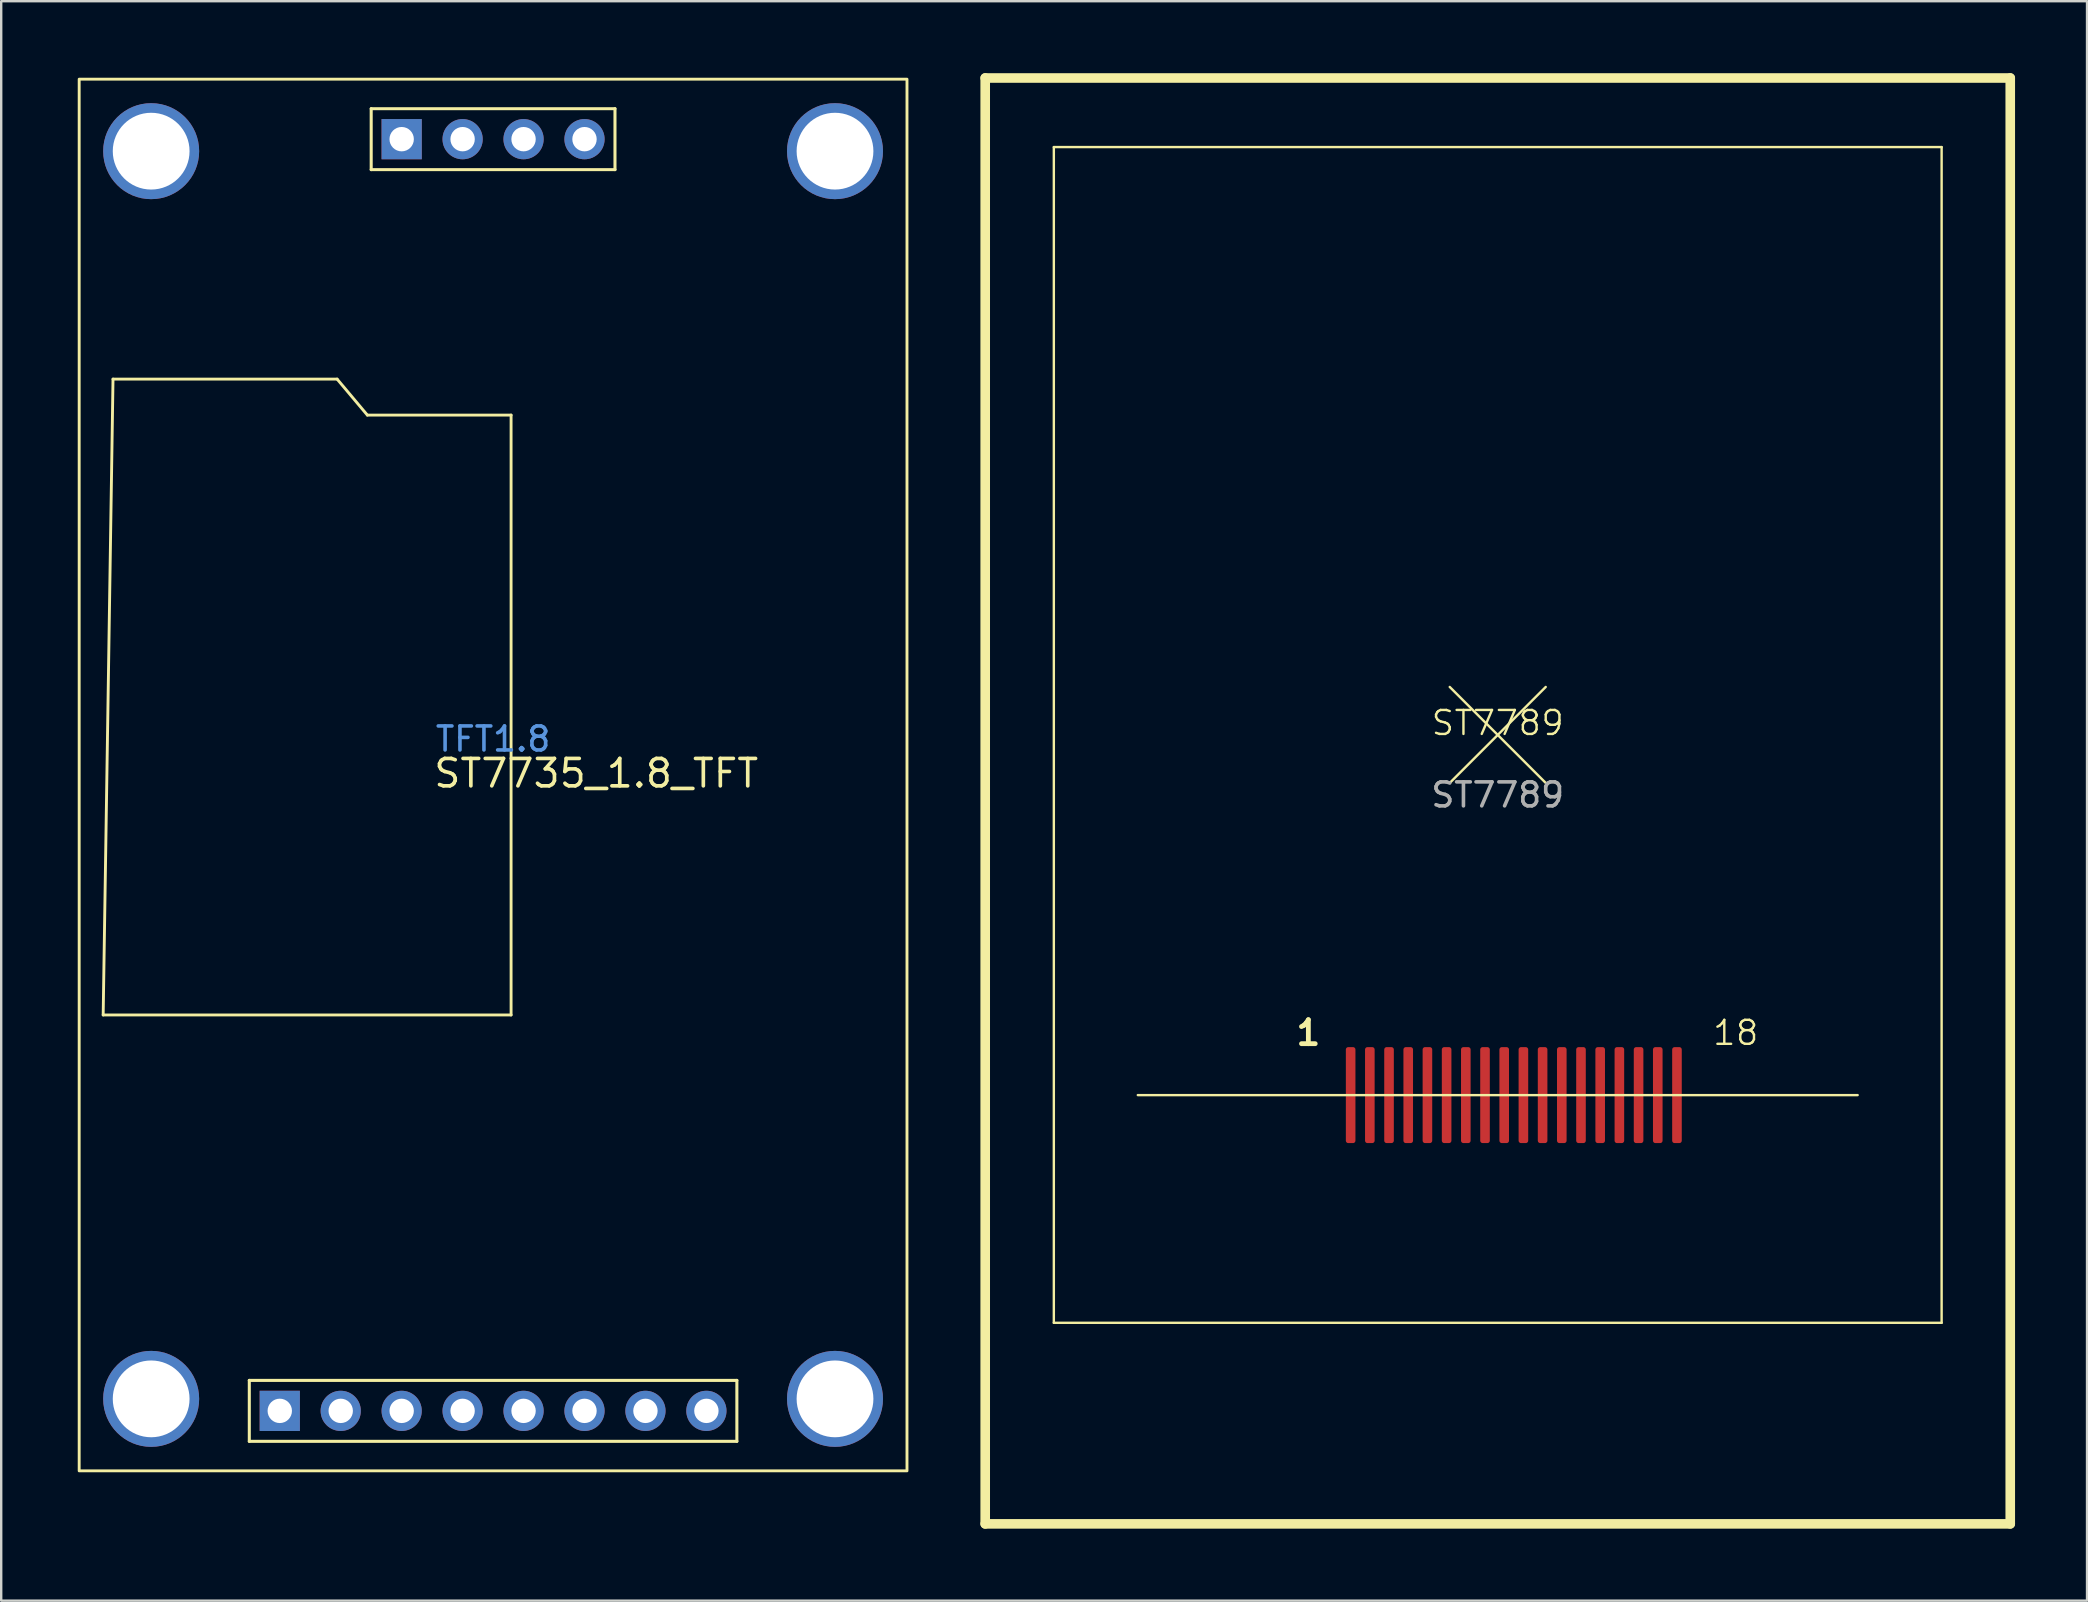
<source format=kicad_pcb>
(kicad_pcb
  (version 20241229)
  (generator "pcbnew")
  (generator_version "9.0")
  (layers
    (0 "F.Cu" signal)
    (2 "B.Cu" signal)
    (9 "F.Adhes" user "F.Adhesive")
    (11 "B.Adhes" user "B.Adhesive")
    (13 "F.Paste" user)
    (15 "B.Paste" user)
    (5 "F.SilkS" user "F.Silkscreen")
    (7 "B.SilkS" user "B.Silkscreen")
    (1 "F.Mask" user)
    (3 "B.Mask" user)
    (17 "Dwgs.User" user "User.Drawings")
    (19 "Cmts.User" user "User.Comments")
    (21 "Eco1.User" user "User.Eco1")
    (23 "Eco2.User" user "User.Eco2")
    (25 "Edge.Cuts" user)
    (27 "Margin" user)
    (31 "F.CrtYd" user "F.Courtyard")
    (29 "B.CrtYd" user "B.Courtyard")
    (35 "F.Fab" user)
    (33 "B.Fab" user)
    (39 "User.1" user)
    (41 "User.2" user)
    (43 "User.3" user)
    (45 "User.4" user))
  (footprint "ST7735_1.8_TFT"
    (layer "F.Cu")
    (at 0.25 0.25)
    (property "Reference" "ST7735_1.8_TFT" (at 14.7 28.93 0) (layer "F.SilkS") (effects (font (size 1.143 1.143) (thickness 0.152)) (justify left)))
    (attr through_hole)
    (fp_line (start 1 39) (end 1.41 12.5) (stroke (width 0.12) (type solid)) (layer "F.SilkS"))
    (fp_line (start 1 39) (end 18 39) (stroke (width 0.12) (type solid)) (layer "F.SilkS"))
    (fp_line (start 1.41 12.5) (end 10.75 12.5) (stroke (width 0.12) (type solid)) (layer "F.SilkS"))
    (fp_line (start 7.09 54.23) (end 7.09 56.77) (stroke (width 0.127) (type solid)) (layer "F.SilkS"))
    (fp_line (start 7.09 56.77) (end 27.41 56.77) (stroke (width 0.127) (type solid)) (layer "F.SilkS"))
    (fp_line (start 10.75 12.5) (end 12.01 14) (stroke (width 0.12) (type solid)) (layer "F.SilkS"))
    (fp_line (start 12.01 14) (end 18 14) (stroke (width 0.12) (type solid)) (layer "F.SilkS"))
    (fp_line (start 12.17 1.23) (end 22.33 1.23) (stroke (width 0.127) (type solid)) (layer "F.SilkS"))
    (fp_line (start 12.17 3.77) (end 12.17 1.23) (stroke (width 0.127) (type solid)) (layer "F.SilkS"))
    (fp_line (start 18 14) (end 18 39) (stroke (width 0.12) (type solid)) (layer "F.SilkS"))
    (fp_line (start 22.33 1.23) (end 22.33 3.77) (stroke (width 0.127) (type solid)) (layer "F.SilkS"))
    (fp_line (start 22.33 3.77) (end 12.17 3.77) (stroke (width 0.127) (type solid)) (layer "F.SilkS"))
    (fp_line (start 27.41 54.23) (end 7.09 54.23) (stroke (width 0.127) (type solid)) (layer "F.SilkS"))
    (fp_line (start 27.41 56.77) (end 27.41 54.23) (stroke (width 0.127) (type solid)) (layer "F.SilkS"))
    (fp_rect (start 0 0) (end 34.5 58) (stroke (width 0.12) (type solid)) (fill no) (layer "F.SilkS"))
    (fp_text user "TFT1.8" (at 17.25 27.5 0) (layer "Cmts.User") (effects (font (size 1 1) (thickness 0.15))))
    (pad "" thru_hole circle (at 3 3) (size 4 4) (drill 3.2) (layers "*.Cu" "*.Mask"))
    (pad "" thru_hole circle (at 3 55) (size 4 4) (drill 3.2) (layers "*.Cu" "*.Mask"))
    (pad "" thru_hole circle (at 31.5 3) (size 4 4) (drill 3.2) (layers "*.Cu" "*.Mask"))
    (pad "" thru_hole circle (at 31.5 55) (size 4 4) (drill 3.2) (layers "*.Cu" "*.Mask"))
    (pad "1" thru_hole rect (at 8.36 55.5) (size 1.676 1.676) (drill 1.016) (layers "*.Cu" "*.Mask"))
    (pad "2" thru_hole circle (at 10.9 55.5) (size 1.676 1.676) (drill 1.016) (layers "*.Cu" "*.Mask"))
    (pad "3" thru_hole circle (at 13.44 55.5) (size 1.676 1.676) (drill 1.016) (layers "*.Cu" "*.Mask"))
    (pad "4" thru_hole circle (at 15.98 55.5) (size 1.676 1.676) (drill 1.016) (layers "*.Cu" "*.Mask"))
    (pad "5" thru_hole circle (at 18.52 55.5) (size 1.676 1.676) (drill 1.016) (layers "*.Cu" "*.Mask"))
    (pad "6" thru_hole circle (at 21.06 55.5) (size 1.676 1.676) (drill 1.016) (layers "*.Cu" "*.Mask"))
    (pad "7" thru_hole circle (at 23.6 55.5) (size 1.676 1.676) (drill 1.016) (layers "*.Cu" "*.Mask"))
    (pad "8" thru_hole circle (at 26.14 55.5) (size 1.676 1.676) (drill 1.016) (layers "*.Cu" "*.Mask"))
    (pad "9" thru_hole circle (at 21.06 2.5) (size 1.676 1.676) (drill 1.016) (layers "*.Cu" "*.Mask"))
    (pad "10" thru_hole circle (at 18.52 2.5) (size 1.676 1.676) (drill 1.016) (layers "*.Cu" "*.Mask"))
    (pad "11" thru_hole circle (at 15.98 2.5) (size 1.676 1.676) (drill 1.016) (layers "*.Cu" "*.Mask"))
    (pad "12" thru_hole rect (at 13.44 2.5) (size 1.676 1.676) (drill 1.016) (layers "*.Cu" "*.Mask")))
  (footprint "ST7789"
    (layer "F.Cu")
    (at 59.37 27.58)
    (property "Reference" "ST7789" (at 0 -0.5 0) (unlocked yes) (layer "F.SilkS") (effects (font (size 1 1) (thickness 0.1))))
    (attr smd)
    (fp_line (start -21.36 -27.38) (end 21.36 -27.38) (stroke (width 0.4) (type default)) (layer "F.SilkS"))
    (fp_line (start -21.36 32.88) (end -21.36 -27.38) (stroke (width 0.4) (type default)) (layer "F.SilkS"))
    (fp_line (start -21.36 32.88) (end 21.36 32.88) (stroke (width 0.4) (type default)) (layer "F.SilkS"))
    (fp_line (start -18.5 -24.5) (end -18.5 24.5) (stroke (width 0.1) (type default)) (layer "F.SilkS"))
    (fp_line (start -18.5 -24.5) (end 18.5 -24.5) (stroke (width 0.1) (type default)) (layer "F.SilkS"))
    (fp_line (start -18.5 24.5) (end 18.5 24.5) (stroke (width 0.1) (type default)) (layer "F.SilkS"))
    (fp_line (start -15 15.01) (end 15 15.01) (stroke (width 0.1) (type default)) (layer "F.SilkS"))
    (fp_line (start -2 -2) (end 2 2) (stroke (width 0.1) (type default)) (layer "F.SilkS"))
    (fp_line (start -2 2) (end 2 -2) (stroke (width 0.1) (type default)) (layer "F.SilkS"))
    (fp_line (start 18.5 -24.5) (end 18.5 24.5) (stroke (width 0.1) (type default)) (layer "F.SilkS"))
    (fp_line (start 21.36 -27.38) (end 21.36 32.88) (stroke (width 0.4) (type default)) (layer "F.SilkS"))
    (fp_text user "18" (at 8.9 13 0) (unlocked yes) (layer "F.SilkS") (effects (font (size 1 1) (thickness 0.1)) (justify left bottom)))
    (fp_text user "1" (at -8.5 13 0) (unlocked yes) (layer "F.SilkS") (effects (font (size 1 1) (thickness 0.2) (bold yes)) (justify left bottom)))
    (fp_text user "${REFERENCE}" (at 0 2.5 0) (unlocked yes) (layer "F.Fab") (effects (font (size 1 1) (thickness 0.15))))
    (pad "1" smd roundrect (at -6.13 15.01 180) (size 0.4 4) (layers "F.Cu" "F.Mask" "F.Paste") (roundrect_rratio 0.25))
    (pad "2" smd roundrect (at -5.33 15.01 180) (size 0.4 4) (layers "F.Cu" "F.Mask" "F.Paste") (roundrect_rratio 0.25))
    (pad "3" smd roundrect (at -4.53 15.01 180) (size 0.4 4) (layers "F.Cu" "F.Mask" "F.Paste") (roundrect_rratio 0.25))
    (pad "4" smd roundrect (at -3.73 15.01 180) (size 0.4 4) (layers "F.Cu" "F.Mask" "F.Paste") (roundrect_rratio 0.25))
    (pad "5" smd roundrect (at -2.93 15.01 180) (size 0.4 4) (layers "F.Cu" "F.Mask" "F.Paste") (roundrect_rratio 0.25))
    (pad "6" smd roundrect (at -2.13 15.01 180) (size 0.4 4) (layers "F.Cu" "F.Mask" "F.Paste") (roundrect_rratio 0.25))
    (pad "7" smd roundrect (at -1.33 15.01 180) (size 0.4 4) (layers "F.Cu" "F.Mask" "F.Paste") (roundrect_rratio 0.25))
    (pad "8" smd roundrect (at -0.53 15.01 180) (size 0.4 4) (layers "F.Cu" "F.Mask" "F.Paste") (roundrect_rratio 0.25))
    (pad "9" smd roundrect (at 0.27 15.01 180) (size 0.4 4) (layers "F.Cu" "F.Mask" "F.Paste") (roundrect_rratio 0.25))
    (pad "10" smd roundrect (at 1.07 15.01 180) (size 0.4 4) (layers "F.Cu" "F.Mask" "F.Paste") (roundrect_rratio 0.25))
    (pad "11" smd roundrect (at 1.87 15.01 180) (size 0.4 4) (layers "F.Cu" "F.Mask" "F.Paste") (roundrect_rratio 0.25))
    (pad "12" smd roundrect (at 2.67 15.01 180) (size 0.4 4) (layers "F.Cu" "F.Mask" "F.Paste") (roundrect_rratio 0.25))
    (pad "13" smd roundrect (at 3.47 15.01 180) (size 0.4 4) (layers "F.Cu" "F.Mask" "F.Paste") (roundrect_rratio 0.25))
    (pad "14" smd roundrect (at 4.27 15.01 180) (size 0.4 4) (layers "F.Cu" "F.Mask" "F.Paste") (roundrect_rratio 0.25))
    (pad "15" smd roundrect (at 5.07 15.01 180) (size 0.4 4) (layers "F.Cu" "F.Mask" "F.Paste") (roundrect_rratio 0.25))
    (pad "16" smd roundrect (at 5.87 15.01 180) (size 0.4 4) (layers "F.Cu" "F.Mask" "F.Paste") (roundrect_rratio 0.25))
    (pad "17" smd roundrect (at 6.67 15.01 180) (size 0.4 4) (layers "F.Cu" "F.Mask" "F.Paste") (roundrect_rratio 0.25))
    (pad "18" smd roundrect (at 7.47 15.01 180) (size 0.4 4) (layers "F.Cu" "F.Mask" "F.Paste") (roundrect_rratio 0.25)))
  (gr_rect
    (start -3 -3)
    (end 83.93 63.66)
    (stroke (width 0.1) (type default))
    (fill no)
    (layer "Edge.Cuts")))
</source>
